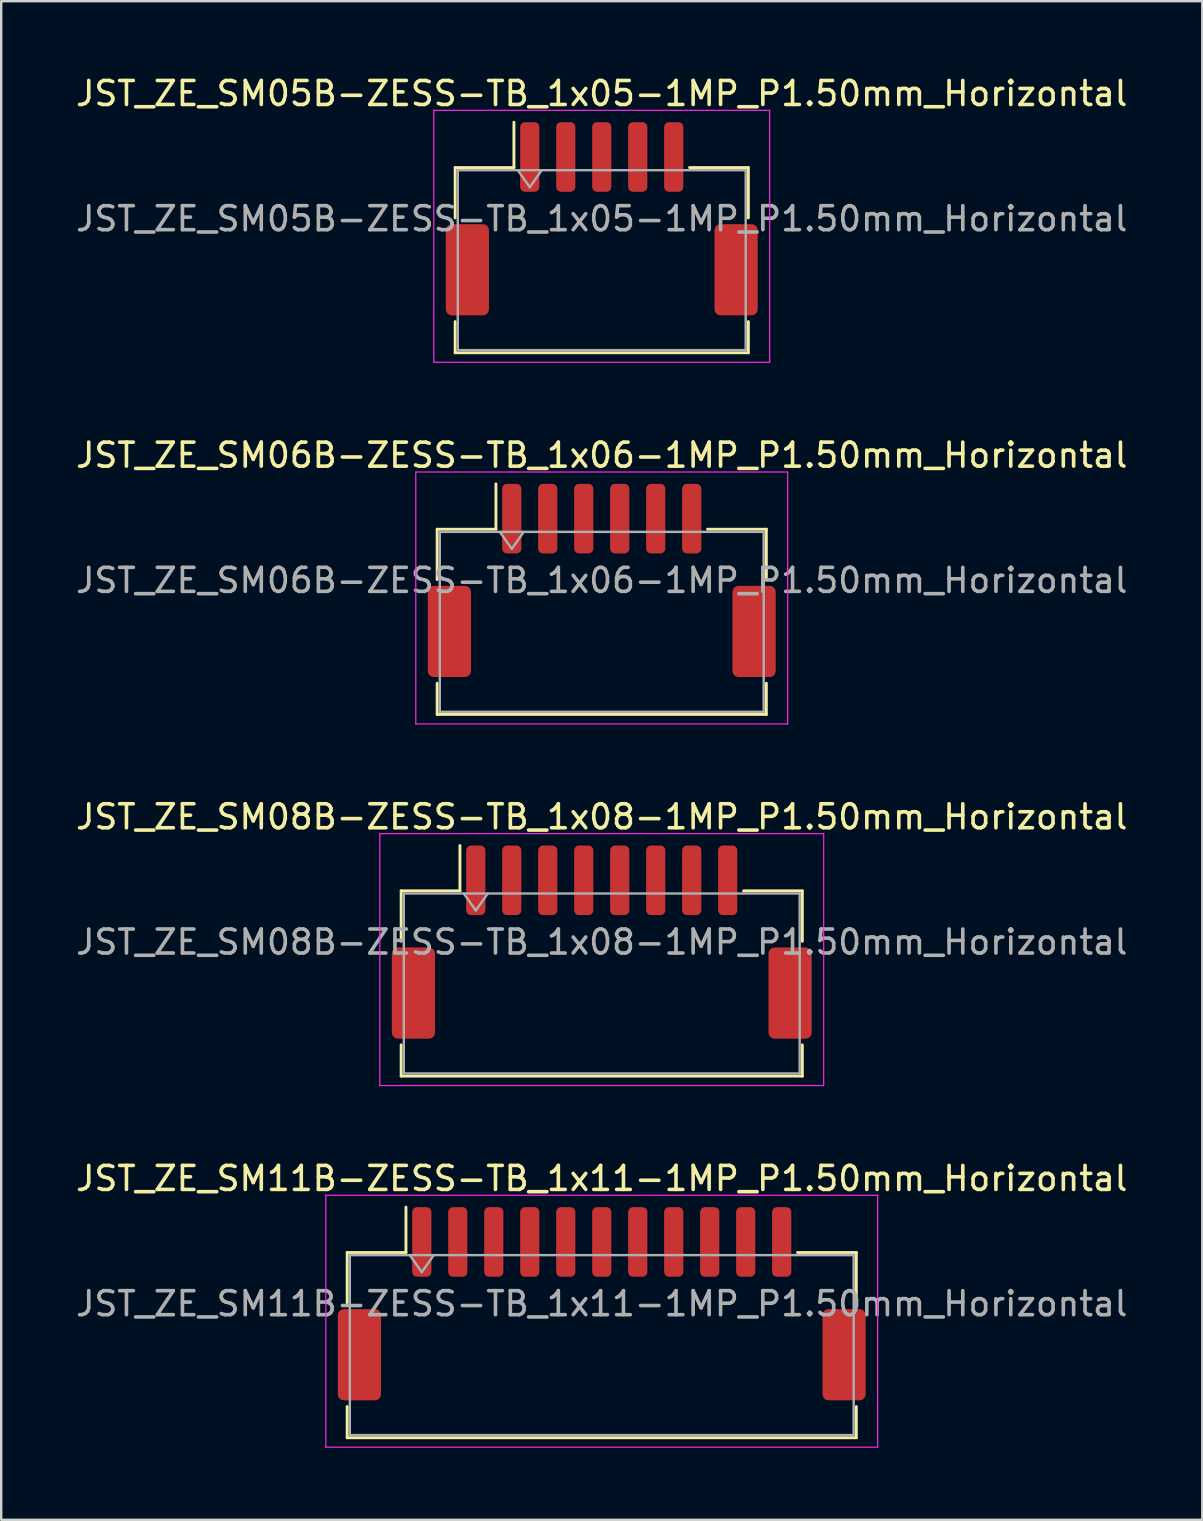
<source format=kicad_pcb>
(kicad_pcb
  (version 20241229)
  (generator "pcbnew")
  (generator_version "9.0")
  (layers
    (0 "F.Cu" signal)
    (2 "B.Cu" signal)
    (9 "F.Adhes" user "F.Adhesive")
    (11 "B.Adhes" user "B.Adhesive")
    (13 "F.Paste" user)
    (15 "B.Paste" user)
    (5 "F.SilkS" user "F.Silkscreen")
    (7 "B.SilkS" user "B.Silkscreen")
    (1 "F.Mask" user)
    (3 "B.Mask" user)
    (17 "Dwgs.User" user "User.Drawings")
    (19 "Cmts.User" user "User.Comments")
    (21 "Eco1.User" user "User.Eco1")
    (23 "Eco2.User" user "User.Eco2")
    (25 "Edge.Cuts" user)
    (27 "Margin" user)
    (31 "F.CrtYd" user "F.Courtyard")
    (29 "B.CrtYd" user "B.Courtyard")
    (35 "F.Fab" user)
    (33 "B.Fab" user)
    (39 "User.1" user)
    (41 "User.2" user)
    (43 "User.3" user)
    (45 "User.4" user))
  (footprint "JST_ZE_SM11B-ZESS-TB_1x11-1MP_P1.50mm_Horizontal"
    (layer "F.Cu")
    (at 22.03 51.288)
    (property "Reference" "JST_ZE_SM11B-ZESS-TB_1x11-1MP_P1.50mm_Horizontal" (at 0 -5.22 0) (layer "F.SilkS") (effects (font (size 1 1) (thickness 0.15))))
    (attr smd)
    (fp_line (start -10.61 -2.135) (end -8.16 -2.135) (stroke (width 0.12) (type solid)) (layer "F.SilkS"))
    (fp_line (start -10.61 -0.035) (end -10.61 -2.135) (stroke (width 0.12) (type solid)) (layer "F.SilkS"))
    (fp_line (start -10.61 4.285) (end -10.61 5.585) (stroke (width 0.12) (type solid)) (layer "F.SilkS"))
    (fp_line (start -10.61 5.585) (end 10.61 5.585) (stroke (width 0.12) (type solid)) (layer "F.SilkS"))
    (fp_line (start -8.16 -2.135) (end -8.16 -4.025) (stroke (width 0.12) (type solid)) (layer "F.SilkS"))
    (fp_line (start 10.61 -2.135) (end 8.16 -2.135) (stroke (width 0.12) (type solid)) (layer "F.SilkS"))
    (fp_line (start 10.61 -0.035) (end 10.61 -2.135) (stroke (width 0.12) (type solid)) (layer "F.SilkS"))
    (fp_line (start 10.61 5.585) (end 10.61 4.285) (stroke (width 0.12) (type solid)) (layer "F.SilkS"))
    (fp_line (start -11.5 -4.52) (end -11.5 5.98) (stroke (width 0.05) (type solid)) (layer "F.CrtYd"))
    (fp_line (start -11.5 5.98) (end 11.5 5.98) (stroke (width 0.05) (type solid)) (layer "F.CrtYd"))
    (fp_line (start 11.5 -4.52) (end -11.5 -4.52) (stroke (width 0.05) (type solid)) (layer "F.CrtYd"))
    (fp_line (start 11.5 5.98) (end 11.5 -4.52) (stroke (width 0.05) (type solid)) (layer "F.CrtYd"))
    (fp_line (start -10.5 -2.025) (end -10.5 5.475) (stroke (width 0.1) (type solid)) (layer "F.Fab"))
    (fp_line (start -10.5 -2.025) (end 10.5 -2.025) (stroke (width 0.1) (type solid)) (layer "F.Fab"))
    (fp_line (start -10.5 5.475) (end 10.5 5.475) (stroke (width 0.1) (type solid)) (layer "F.Fab"))
    (fp_line (start -8 -2.025) (end -7.5 -1.318) (stroke (width 0.1) (type solid)) (layer "F.Fab"))
    (fp_line (start -7.5 -1.318) (end -7 -2.025) (stroke (width 0.1) (type solid)) (layer "F.Fab"))
    (fp_line (start 10.5 -2.025) (end 10.5 5.475) (stroke (width 0.1) (type solid)) (layer "F.Fab"))
    (fp_text user "${REFERENCE}" (at 0 0 0) (layer "F.Fab") (effects (font (size 1 1) (thickness 0.15))))
    (pad "1" smd roundrect (at -7.5 -2.575) (size 0.8 2.9) (layers "F.Cu" "F.Mask" "F.Paste") (roundrect_rratio 0.25))
    (pad "2" smd roundrect (at -6 -2.575) (size 0.8 2.9) (layers "F.Cu" "F.Mask" "F.Paste") (roundrect_rratio 0.25))
    (pad "3" smd roundrect (at -4.5 -2.575) (size 0.8 2.9) (layers "F.Cu" "F.Mask" "F.Paste") (roundrect_rratio 0.25))
    (pad "4" smd roundrect (at -3 -2.575) (size 0.8 2.9) (layers "F.Cu" "F.Mask" "F.Paste") (roundrect_rratio 0.25))
    (pad "5" smd roundrect (at -1.5 -2.575) (size 0.8 2.9) (layers "F.Cu" "F.Mask" "F.Paste") (roundrect_rratio 0.25))
    (pad "6" smd roundrect (at 0 -2.575) (size 0.8 2.9) (layers "F.Cu" "F.Mask" "F.Paste") (roundrect_rratio 0.25))
    (pad "7" smd roundrect (at 1.5 -2.575) (size 0.8 2.9) (layers "F.Cu" "F.Mask" "F.Paste") (roundrect_rratio 0.25))
    (pad "8" smd roundrect (at 3 -2.575) (size 0.8 2.9) (layers "F.Cu" "F.Mask" "F.Paste") (roundrect_rratio 0.25))
    (pad "9" smd roundrect (at 4.5 -2.575) (size 0.8 2.9) (layers "F.Cu" "F.Mask" "F.Paste") (roundrect_rratio 0.25))
    (pad "10" smd roundrect (at 6 -2.575) (size 0.8 2.9) (layers "F.Cu" "F.Mask" "F.Paste") (roundrect_rratio 0.25))
    (pad "11" smd roundrect (at 7.5 -2.575) (size 0.8 2.9) (layers "F.Cu" "F.Mask" "F.Paste") (roundrect_rratio 0.25))
    (pad "MP" smd roundrect (at -10.1 2.125) (size 1.8 3.8) (layers "F.Cu" "F.Mask" "F.Paste") (roundrect_rratio 0.139))
    (pad "MP" smd roundrect (at 10.1 2.125) (size 1.8 3.8) (layers "F.Cu" "F.Mask" "F.Paste") (roundrect_rratio 0.139)))
  (footprint "JST_ZE_SM06B-ZESS-TB_1x06-1MP_P1.50mm_Horizontal"
    (layer "F.Cu")
    (at 22.03 21.142)
    (property "Reference" "JST_ZE_SM06B-ZESS-TB_1x06-1MP_P1.50mm_Horizontal" (at 0 -5.22 0) (layer "F.SilkS") (effects (font (size 1 1) (thickness 0.15))))
    (attr smd)
    (fp_line (start -6.86 -2.135) (end -4.41 -2.135) (stroke (width 0.12) (type solid)) (layer "F.SilkS"))
    (fp_line (start -6.86 -0.035) (end -6.86 -2.135) (stroke (width 0.12) (type solid)) (layer "F.SilkS"))
    (fp_line (start -6.86 4.285) (end -6.86 5.585) (stroke (width 0.12) (type solid)) (layer "F.SilkS"))
    (fp_line (start -6.86 5.585) (end 6.86 5.585) (stroke (width 0.12) (type solid)) (layer "F.SilkS"))
    (fp_line (start -4.41 -2.135) (end -4.41 -4.025) (stroke (width 0.12) (type solid)) (layer "F.SilkS"))
    (fp_line (start 6.86 -2.135) (end 4.41 -2.135) (stroke (width 0.12) (type solid)) (layer "F.SilkS"))
    (fp_line (start 6.86 -0.035) (end 6.86 -2.135) (stroke (width 0.12) (type solid)) (layer "F.SilkS"))
    (fp_line (start 6.86 5.585) (end 6.86 4.285) (stroke (width 0.12) (type solid)) (layer "F.SilkS"))
    (fp_line (start -7.75 -4.52) (end -7.75 5.98) (stroke (width 0.05) (type solid)) (layer "F.CrtYd"))
    (fp_line (start -7.75 5.98) (end 7.75 5.98) (stroke (width 0.05) (type solid)) (layer "F.CrtYd"))
    (fp_line (start 7.75 -4.52) (end -7.75 -4.52) (stroke (width 0.05) (type solid)) (layer "F.CrtYd"))
    (fp_line (start 7.75 5.98) (end 7.75 -4.52) (stroke (width 0.05) (type solid)) (layer "F.CrtYd"))
    (fp_line (start -6.75 -2.025) (end -6.75 5.475) (stroke (width 0.1) (type solid)) (layer "F.Fab"))
    (fp_line (start -6.75 -2.025) (end 6.75 -2.025) (stroke (width 0.1) (type solid)) (layer "F.Fab"))
    (fp_line (start -6.75 5.475) (end 6.75 5.475) (stroke (width 0.1) (type solid)) (layer "F.Fab"))
    (fp_line (start -4.25 -2.025) (end -3.75 -1.318) (stroke (width 0.1) (type solid)) (layer "F.Fab"))
    (fp_line (start -3.75 -1.318) (end -3.25 -2.025) (stroke (width 0.1) (type solid)) (layer "F.Fab"))
    (fp_line (start 6.75 -2.025) (end 6.75 5.475) (stroke (width 0.1) (type solid)) (layer "F.Fab"))
    (fp_text user "${REFERENCE}" (at 0 0 0) (layer "F.Fab") (effects (font (size 1 1) (thickness 0.15))))
    (pad "1" smd roundrect (at -3.75 -2.575) (size 0.8 2.9) (layers "F.Cu" "F.Mask" "F.Paste") (roundrect_rratio 0.25))
    (pad "2" smd roundrect (at -2.25 -2.575) (size 0.8 2.9) (layers "F.Cu" "F.Mask" "F.Paste") (roundrect_rratio 0.25))
    (pad "3" smd roundrect (at -0.75 -2.575) (size 0.8 2.9) (layers "F.Cu" "F.Mask" "F.Paste") (roundrect_rratio 0.25))
    (pad "4" smd roundrect (at 0.75 -2.575) (size 0.8 2.9) (layers "F.Cu" "F.Mask" "F.Paste") (roundrect_rratio 0.25))
    (pad "5" smd roundrect (at 2.25 -2.575) (size 0.8 2.9) (layers "F.Cu" "F.Mask" "F.Paste") (roundrect_rratio 0.25))
    (pad "6" smd roundrect (at 3.75 -2.575) (size 0.8 2.9) (layers "F.Cu" "F.Mask" "F.Paste") (roundrect_rratio 0.25))
    (pad "MP" smd roundrect (at -6.35 2.125) (size 1.8 3.8) (layers "F.Cu" "F.Mask" "F.Paste") (roundrect_rratio 0.139))
    (pad "MP" smd roundrect (at 6.35 2.125) (size 1.8 3.8) (layers "F.Cu" "F.Mask" "F.Paste") (roundrect_rratio 0.139)))
  (footprint "JST_ZE_SM05B-ZESS-TB_1x05-1MP_P1.50mm_Horizontal"
    (layer "F.Cu")
    (at 22.03 6.068)
    (property "Reference" "JST_ZE_SM05B-ZESS-TB_1x05-1MP_P1.50mm_Horizontal" (at 0 -5.22 0) (layer "F.SilkS") (effects (font (size 1 1) (thickness 0.15))))
    (attr smd)
    (fp_line (start -6.11 -2.135) (end -3.66 -2.135) (stroke (width 0.12) (type solid)) (layer "F.SilkS"))
    (fp_line (start -6.11 -0.035) (end -6.11 -2.135) (stroke (width 0.12) (type solid)) (layer "F.SilkS"))
    (fp_line (start -6.11 4.285) (end -6.11 5.585) (stroke (width 0.12) (type solid)) (layer "F.SilkS"))
    (fp_line (start -6.11 5.585) (end 6.11 5.585) (stroke (width 0.12) (type solid)) (layer "F.SilkS"))
    (fp_line (start -3.66 -2.135) (end -3.66 -4.025) (stroke (width 0.12) (type solid)) (layer "F.SilkS"))
    (fp_line (start 6.11 -2.135) (end 3.66 -2.135) (stroke (width 0.12) (type solid)) (layer "F.SilkS"))
    (fp_line (start 6.11 -0.035) (end 6.11 -2.135) (stroke (width 0.12) (type solid)) (layer "F.SilkS"))
    (fp_line (start 6.11 5.585) (end 6.11 4.285) (stroke (width 0.12) (type solid)) (layer "F.SilkS"))
    (fp_line (start -7 -4.52) (end -7 5.98) (stroke (width 0.05) (type solid)) (layer "F.CrtYd"))
    (fp_line (start -7 5.98) (end 7 5.98) (stroke (width 0.05) (type solid)) (layer "F.CrtYd"))
    (fp_line (start 7 -4.52) (end -7 -4.52) (stroke (width 0.05) (type solid)) (layer "F.CrtYd"))
    (fp_line (start 7 5.98) (end 7 -4.52) (stroke (width 0.05) (type solid)) (layer "F.CrtYd"))
    (fp_line (start -6 -2.025) (end -6 5.475) (stroke (width 0.1) (type solid)) (layer "F.Fab"))
    (fp_line (start -6 -2.025) (end 6 -2.025) (stroke (width 0.1) (type solid)) (layer "F.Fab"))
    (fp_line (start -6 5.475) (end 6 5.475) (stroke (width 0.1) (type solid)) (layer "F.Fab"))
    (fp_line (start -3.5 -2.025) (end -3 -1.318) (stroke (width 0.1) (type solid)) (layer "F.Fab"))
    (fp_line (start -3 -1.318) (end -2.5 -2.025) (stroke (width 0.1) (type solid)) (layer "F.Fab"))
    (fp_line (start 6 -2.025) (end 6 5.475) (stroke (width 0.1) (type solid)) (layer "F.Fab"))
    (fp_text user "${REFERENCE}" (at 0 0 0) (layer "F.Fab") (effects (font (size 1 1) (thickness 0.15))))
    (pad "1" smd roundrect (at -3 -2.575) (size 0.8 2.9) (layers "F.Cu" "F.Mask" "F.Paste") (roundrect_rratio 0.25))
    (pad "2" smd roundrect (at -1.5 -2.575) (size 0.8 2.9) (layers "F.Cu" "F.Mask" "F.Paste") (roundrect_rratio 0.25))
    (pad "3" smd roundrect (at 0 -2.575) (size 0.8 2.9) (layers "F.Cu" "F.Mask" "F.Paste") (roundrect_rratio 0.25))
    (pad "4" smd roundrect (at 1.5 -2.575) (size 0.8 2.9) (layers "F.Cu" "F.Mask" "F.Paste") (roundrect_rratio 0.25))
    (pad "5" smd roundrect (at 3 -2.575) (size 0.8 2.9) (layers "F.Cu" "F.Mask" "F.Paste") (roundrect_rratio 0.25))
    (pad "MP" smd roundrect (at -5.6 2.125) (size 1.8 3.8) (layers "F.Cu" "F.Mask" "F.Paste") (roundrect_rratio 0.139))
    (pad "MP" smd roundrect (at 5.6 2.125) (size 1.8 3.8) (layers "F.Cu" "F.Mask" "F.Paste") (roundrect_rratio 0.139)))
  (footprint "JST_ZE_SM08B-ZESS-TB_1x08-1MP_P1.50mm_Horizontal"
    (layer "F.Cu")
    (at 22.03 36.215)
    (property "Reference" "JST_ZE_SM08B-ZESS-TB_1x08-1MP_P1.50mm_Horizontal" (at 0 -5.22 0) (layer "F.SilkS") (effects (font (size 1 1) (thickness 0.15))))
    (attr smd)
    (fp_line (start -8.36 -2.135) (end -5.91 -2.135) (stroke (width 0.12) (type solid)) (layer "F.SilkS"))
    (fp_line (start -8.36 -0.035) (end -8.36 -2.135) (stroke (width 0.12) (type solid)) (layer "F.SilkS"))
    (fp_line (start -8.36 4.285) (end -8.36 5.585) (stroke (width 0.12) (type solid)) (layer "F.SilkS"))
    (fp_line (start -8.36 5.585) (end 8.36 5.585) (stroke (width 0.12) (type solid)) (layer "F.SilkS"))
    (fp_line (start -5.91 -2.135) (end -5.91 -4.025) (stroke (width 0.12) (type solid)) (layer "F.SilkS"))
    (fp_line (start 8.36 -2.135) (end 5.91 -2.135) (stroke (width 0.12) (type solid)) (layer "F.SilkS"))
    (fp_line (start 8.36 -0.035) (end 8.36 -2.135) (stroke (width 0.12) (type solid)) (layer "F.SilkS"))
    (fp_line (start 8.36 5.585) (end 8.36 4.285) (stroke (width 0.12) (type solid)) (layer "F.SilkS"))
    (fp_line (start -9.25 -4.52) (end -9.25 5.98) (stroke (width 0.05) (type solid)) (layer "F.CrtYd"))
    (fp_line (start -9.25 5.98) (end 9.25 5.98) (stroke (width 0.05) (type solid)) (layer "F.CrtYd"))
    (fp_line (start 9.25 -4.52) (end -9.25 -4.52) (stroke (width 0.05) (type solid)) (layer "F.CrtYd"))
    (fp_line (start 9.25 5.98) (end 9.25 -4.52) (stroke (width 0.05) (type solid)) (layer "F.CrtYd"))
    (fp_line (start -8.25 -2.025) (end -8.25 5.475) (stroke (width 0.1) (type solid)) (layer "F.Fab"))
    (fp_line (start -8.25 -2.025) (end 8.25 -2.025) (stroke (width 0.1) (type solid)) (layer "F.Fab"))
    (fp_line (start -8.25 5.475) (end 8.25 5.475) (stroke (width 0.1) (type solid)) (layer "F.Fab"))
    (fp_line (start -5.75 -2.025) (end -5.25 -1.318) (stroke (width 0.1) (type solid)) (layer "F.Fab"))
    (fp_line (start -5.25 -1.318) (end -4.75 -2.025) (stroke (width 0.1) (type solid)) (layer "F.Fab"))
    (fp_line (start 8.25 -2.025) (end 8.25 5.475) (stroke (width 0.1) (type solid)) (layer "F.Fab"))
    (fp_text user "${REFERENCE}" (at 0 0 0) (layer "F.Fab") (effects (font (size 1 1) (thickness 0.15))))
    (pad "1" smd roundrect (at -5.25 -2.575) (size 0.8 2.9) (layers "F.Cu" "F.Mask" "F.Paste") (roundrect_rratio 0.25))
    (pad "2" smd roundrect (at -3.75 -2.575) (size 0.8 2.9) (layers "F.Cu" "F.Mask" "F.Paste") (roundrect_rratio 0.25))
    (pad "3" smd roundrect (at -2.25 -2.575) (size 0.8 2.9) (layers "F.Cu" "F.Mask" "F.Paste") (roundrect_rratio 0.25))
    (pad "4" smd roundrect (at -0.75 -2.575) (size 0.8 2.9) (layers "F.Cu" "F.Mask" "F.Paste") (roundrect_rratio 0.25))
    (pad "5" smd roundrect (at 0.75 -2.575) (size 0.8 2.9) (layers "F.Cu" "F.Mask" "F.Paste") (roundrect_rratio 0.25))
    (pad "6" smd roundrect (at 2.25 -2.575) (size 0.8 2.9) (layers "F.Cu" "F.Mask" "F.Paste") (roundrect_rratio 0.25))
    (pad "7" smd roundrect (at 3.75 -2.575) (size 0.8 2.9) (layers "F.Cu" "F.Mask" "F.Paste") (roundrect_rratio 0.25))
    (pad "8" smd roundrect (at 5.25 -2.575) (size 0.8 2.9) (layers "F.Cu" "F.Mask" "F.Paste") (roundrect_rratio 0.25))
    (pad "MP" smd roundrect (at -7.85 2.125) (size 1.8 3.8) (layers "F.Cu" "F.Mask" "F.Paste") (roundrect_rratio 0.139))
    (pad "MP" smd roundrect (at 7.85 2.125) (size 1.8 3.8) (layers "F.Cu" "F.Mask" "F.Paste") (roundrect_rratio 0.139)))
  (gr_rect
    (start -3 -3)
    (end 47.06 60.293)
    (stroke (width 0.1) (type default))
    (fill no)
    (layer "Edge.Cuts")))
</source>
